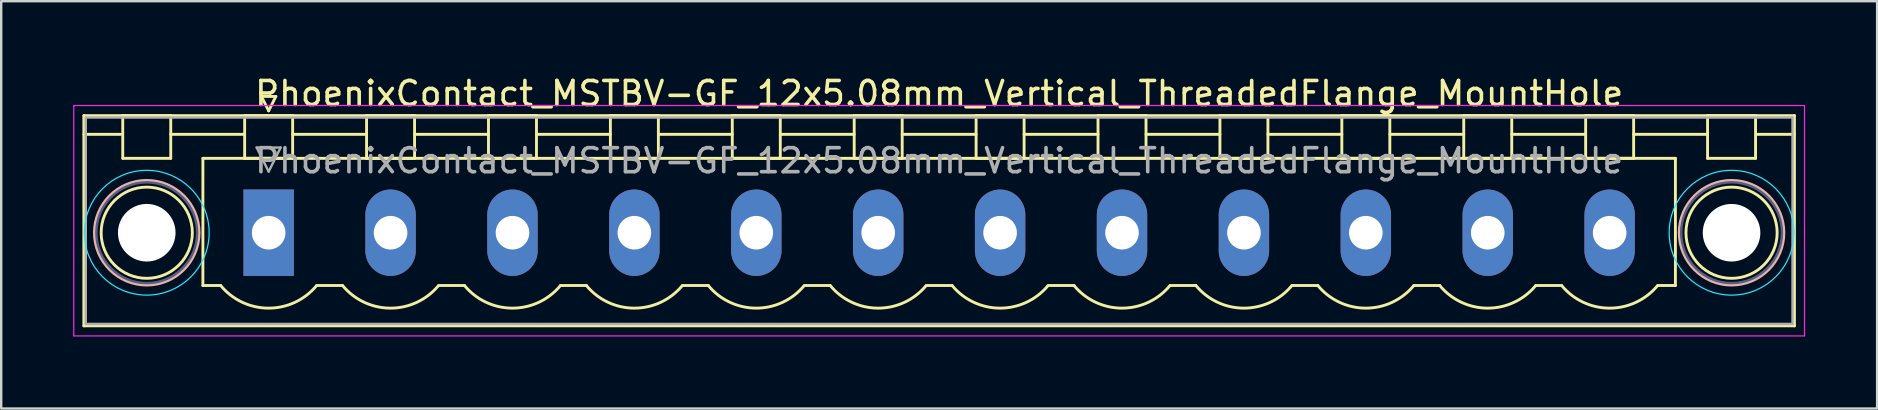
<source format=kicad_pcb>
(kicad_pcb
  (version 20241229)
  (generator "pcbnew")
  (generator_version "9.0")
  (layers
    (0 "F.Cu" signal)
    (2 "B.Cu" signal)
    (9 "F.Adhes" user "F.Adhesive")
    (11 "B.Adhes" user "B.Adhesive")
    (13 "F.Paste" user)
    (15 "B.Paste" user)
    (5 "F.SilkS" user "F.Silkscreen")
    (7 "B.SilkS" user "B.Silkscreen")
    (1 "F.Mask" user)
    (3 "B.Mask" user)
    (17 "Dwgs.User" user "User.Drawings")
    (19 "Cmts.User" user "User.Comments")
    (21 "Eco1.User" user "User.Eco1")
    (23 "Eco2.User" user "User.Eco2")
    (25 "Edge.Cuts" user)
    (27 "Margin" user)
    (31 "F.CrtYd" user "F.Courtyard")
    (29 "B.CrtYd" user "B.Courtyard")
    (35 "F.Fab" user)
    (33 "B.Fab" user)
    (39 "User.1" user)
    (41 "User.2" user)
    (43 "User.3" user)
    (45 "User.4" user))
  (footprint "PhoenixContact_MSTBV-GF_12x5.08mm_Vertical_ThreadedFlange_MountHole"
    (layer "F.Cu")
    (at 8.145 6.648)
    (property "Reference" "PhoenixContact_MSTBV-GF_12x5.08mm_Vertical_ThreadedFlange_MountHole" (at 27.94 -5.8 0) (layer "F.SilkS") (effects (font (size 1 1) (thickness 0.15))))
    (attr through_hole)
    (fp_line (start -7.7 -4.88) (end -7.7 3.88) (stroke (width 0.12) (type solid)) (layer "F.SilkS"))
    (fp_line (start -7.7 -4.1) (end -6.16 -4.1) (stroke (width 0.12) (type solid)) (layer "F.SilkS"))
    (fp_line (start -7.7 3.88) (end 63.58 3.88) (stroke (width 0.12) (type solid)) (layer "F.SilkS"))
    (fp_line (start -6.08 -4.88) (end -4.08 -4.88) (stroke (width 0.12) (type solid)) (layer "F.SilkS"))
    (fp_line (start -6.08 -3.1) (end -6.08 -4.88) (stroke (width 0.12) (type solid)) (layer "F.SilkS"))
    (fp_line (start -4.08 -4.88) (end -4.08 -3.1) (stroke (width 0.12) (type solid)) (layer "F.SilkS"))
    (fp_line (start -4.08 -4.1) (end -1 -4.1) (stroke (width 0.12) (type solid)) (layer "F.SilkS"))
    (fp_line (start -4.08 -3.1) (end -6.08 -3.1) (stroke (width 0.12) (type solid)) (layer "F.SilkS"))
    (fp_line (start -2.74 -3.1) (end 58.62 -3.1) (stroke (width 0.12) (type solid)) (layer "F.SilkS"))
    (fp_line (start -2.74 2.2) (end -2.74 -3.1) (stroke (width 0.12) (type solid)) (layer "F.SilkS"))
    (fp_line (start -2 2.2) (end -2.74 2.2) (stroke (width 0.12) (type solid)) (layer "F.SilkS"))
    (fp_line (start -1 -4.88) (end 1 -4.88) (stroke (width 0.12) (type solid)) (layer "F.SilkS"))
    (fp_line (start -1 -3.1) (end -1 -4.88) (stroke (width 0.12) (type solid)) (layer "F.SilkS"))
    (fp_line (start -0.3 -5.68) (end 0.3 -5.68) (stroke (width 0.12) (type solid)) (layer "F.SilkS"))
    (fp_line (start 0 -5.08) (end -0.3 -5.68) (stroke (width 0.12) (type solid)) (layer "F.SilkS"))
    (fp_line (start 0.3 -5.68) (end 0 -5.08) (stroke (width 0.12) (type solid)) (layer "F.SilkS"))
    (fp_line (start 1 -4.88) (end 1 -3.1) (stroke (width 0.12) (type solid)) (layer "F.SilkS"))
    (fp_line (start 1 -4.1) (end 4.08 -4.1) (stroke (width 0.12) (type solid)) (layer "F.SilkS"))
    (fp_line (start 1 -3.1) (end -1 -3.1) (stroke (width 0.12) (type solid)) (layer "F.SilkS"))
    (fp_line (start 2 2.2) (end 3.08 2.2) (stroke (width 0.12) (type solid)) (layer "F.SilkS"))
    (fp_line (start 4.08 -4.88) (end 6.08 -4.88) (stroke (width 0.12) (type solid)) (layer "F.SilkS"))
    (fp_line (start 4.08 -3.1) (end 4.08 -4.88) (stroke (width 0.12) (type solid)) (layer "F.SilkS"))
    (fp_line (start 6.08 -4.88) (end 6.08 -3.1) (stroke (width 0.12) (type solid)) (layer "F.SilkS"))
    (fp_line (start 6.08 -4.1) (end 9.16 -4.1) (stroke (width 0.12) (type solid)) (layer "F.SilkS"))
    (fp_line (start 6.08 -3.1) (end 4.08 -3.1) (stroke (width 0.12) (type solid)) (layer "F.SilkS"))
    (fp_line (start 7.08 2.2) (end 8.16 2.2) (stroke (width 0.12) (type solid)) (layer "F.SilkS"))
    (fp_line (start 9.16 -4.88) (end 11.16 -4.88) (stroke (width 0.12) (type solid)) (layer "F.SilkS"))
    (fp_line (start 9.16 -3.1) (end 9.16 -4.88) (stroke (width 0.12) (type solid)) (layer "F.SilkS"))
    (fp_line (start 11.16 -4.88) (end 11.16 -3.1) (stroke (width 0.12) (type solid)) (layer "F.SilkS"))
    (fp_line (start 11.16 -4.1) (end 14.24 -4.1) (stroke (width 0.12) (type solid)) (layer "F.SilkS"))
    (fp_line (start 11.16 -3.1) (end 9.16 -3.1) (stroke (width 0.12) (type solid)) (layer "F.SilkS"))
    (fp_line (start 12.16 2.2) (end 13.24 2.2) (stroke (width 0.12) (type solid)) (layer "F.SilkS"))
    (fp_line (start 14.24 -4.88) (end 16.24 -4.88) (stroke (width 0.12) (type solid)) (layer "F.SilkS"))
    (fp_line (start 14.24 -3.1) (end 14.24 -4.88) (stroke (width 0.12) (type solid)) (layer "F.SilkS"))
    (fp_line (start 16.24 -4.88) (end 16.24 -3.1) (stroke (width 0.12) (type solid)) (layer "F.SilkS"))
    (fp_line (start 16.24 -4.1) (end 19.32 -4.1) (stroke (width 0.12) (type solid)) (layer "F.SilkS"))
    (fp_line (start 16.24 -3.1) (end 14.24 -3.1) (stroke (width 0.12) (type solid)) (layer "F.SilkS"))
    (fp_line (start 17.24 2.2) (end 18.32 2.2) (stroke (width 0.12) (type solid)) (layer "F.SilkS"))
    (fp_line (start 19.32 -4.88) (end 21.32 -4.88) (stroke (width 0.12) (type solid)) (layer "F.SilkS"))
    (fp_line (start 19.32 -3.1) (end 19.32 -4.88) (stroke (width 0.12) (type solid)) (layer "F.SilkS"))
    (fp_line (start 21.32 -4.88) (end 21.32 -3.1) (stroke (width 0.12) (type solid)) (layer "F.SilkS"))
    (fp_line (start 21.32 -4.1) (end 24.4 -4.1) (stroke (width 0.12) (type solid)) (layer "F.SilkS"))
    (fp_line (start 21.32 -3.1) (end 19.32 -3.1) (stroke (width 0.12) (type solid)) (layer "F.SilkS"))
    (fp_line (start 22.32 2.2) (end 23.4 2.2) (stroke (width 0.12) (type solid)) (layer "F.SilkS"))
    (fp_line (start 24.4 -4.88) (end 26.4 -4.88) (stroke (width 0.12) (type solid)) (layer "F.SilkS"))
    (fp_line (start 24.4 -3.1) (end 24.4 -4.88) (stroke (width 0.12) (type solid)) (layer "F.SilkS"))
    (fp_line (start 26.4 -4.88) (end 26.4 -3.1) (stroke (width 0.12) (type solid)) (layer "F.SilkS"))
    (fp_line (start 26.4 -4.1) (end 29.48 -4.1) (stroke (width 0.12) (type solid)) (layer "F.SilkS"))
    (fp_line (start 26.4 -3.1) (end 24.4 -3.1) (stroke (width 0.12) (type solid)) (layer "F.SilkS"))
    (fp_line (start 27.4 2.2) (end 28.48 2.2) (stroke (width 0.12) (type solid)) (layer "F.SilkS"))
    (fp_line (start 29.48 -4.88) (end 31.48 -4.88) (stroke (width 0.12) (type solid)) (layer "F.SilkS"))
    (fp_line (start 29.48 -3.1) (end 29.48 -4.88) (stroke (width 0.12) (type solid)) (layer "F.SilkS"))
    (fp_line (start 31.48 -4.88) (end 31.48 -3.1) (stroke (width 0.12) (type solid)) (layer "F.SilkS"))
    (fp_line (start 31.48 -4.1) (end 34.56 -4.1) (stroke (width 0.12) (type solid)) (layer "F.SilkS"))
    (fp_line (start 31.48 -3.1) (end 29.48 -3.1) (stroke (width 0.12) (type solid)) (layer "F.SilkS"))
    (fp_line (start 32.48 2.2) (end 33.56 2.2) (stroke (width 0.12) (type solid)) (layer "F.SilkS"))
    (fp_line (start 34.56 -4.88) (end 36.56 -4.88) (stroke (width 0.12) (type solid)) (layer "F.SilkS"))
    (fp_line (start 34.56 -3.1) (end 34.56 -4.88) (stroke (width 0.12) (type solid)) (layer "F.SilkS"))
    (fp_line (start 36.56 -4.88) (end 36.56 -3.1) (stroke (width 0.12) (type solid)) (layer "F.SilkS"))
    (fp_line (start 36.56 -4.1) (end 39.64 -4.1) (stroke (width 0.12) (type solid)) (layer "F.SilkS"))
    (fp_line (start 36.56 -3.1) (end 34.56 -3.1) (stroke (width 0.12) (type solid)) (layer "F.SilkS"))
    (fp_line (start 37.56 2.2) (end 38.64 2.2) (stroke (width 0.12) (type solid)) (layer "F.SilkS"))
    (fp_line (start 39.64 -4.88) (end 41.64 -4.88) (stroke (width 0.12) (type solid)) (layer "F.SilkS"))
    (fp_line (start 39.64 -3.1) (end 39.64 -4.88) (stroke (width 0.12) (type solid)) (layer "F.SilkS"))
    (fp_line (start 41.64 -4.88) (end 41.64 -3.1) (stroke (width 0.12) (type solid)) (layer "F.SilkS"))
    (fp_line (start 41.64 -4.1) (end 44.72 -4.1) (stroke (width 0.12) (type solid)) (layer "F.SilkS"))
    (fp_line (start 41.64 -3.1) (end 39.64 -3.1) (stroke (width 0.12) (type solid)) (layer "F.SilkS"))
    (fp_line (start 42.64 2.2) (end 43.72 2.2) (stroke (width 0.12) (type solid)) (layer "F.SilkS"))
    (fp_line (start 44.72 -4.88) (end 46.72 -4.88) (stroke (width 0.12) (type solid)) (layer "F.SilkS"))
    (fp_line (start 44.72 -3.1) (end 44.72 -4.88) (stroke (width 0.12) (type solid)) (layer "F.SilkS"))
    (fp_line (start 46.72 -4.88) (end 46.72 -3.1) (stroke (width 0.12) (type solid)) (layer "F.SilkS"))
    (fp_line (start 46.72 -4.1) (end 49.8 -4.1) (stroke (width 0.12) (type solid)) (layer "F.SilkS"))
    (fp_line (start 46.72 -3.1) (end 44.72 -3.1) (stroke (width 0.12) (type solid)) (layer "F.SilkS"))
    (fp_line (start 47.72 2.2) (end 48.8 2.2) (stroke (width 0.12) (type solid)) (layer "F.SilkS"))
    (fp_line (start 49.8 -4.88) (end 51.8 -4.88) (stroke (width 0.12) (type solid)) (layer "F.SilkS"))
    (fp_line (start 49.8 -3.1) (end 49.8 -4.88) (stroke (width 0.12) (type solid)) (layer "F.SilkS"))
    (fp_line (start 51.8 -4.88) (end 51.8 -3.1) (stroke (width 0.12) (type solid)) (layer "F.SilkS"))
    (fp_line (start 51.8 -4.1) (end 54.88 -4.1) (stroke (width 0.12) (type solid)) (layer "F.SilkS"))
    (fp_line (start 51.8 -3.1) (end 49.8 -3.1) (stroke (width 0.12) (type solid)) (layer "F.SilkS"))
    (fp_line (start 52.8 2.2) (end 53.88 2.2) (stroke (width 0.12) (type solid)) (layer "F.SilkS"))
    (fp_line (start 54.88 -4.88) (end 56.88 -4.88) (stroke (width 0.12) (type solid)) (layer "F.SilkS"))
    (fp_line (start 54.88 -3.1) (end 54.88 -4.88) (stroke (width 0.12) (type solid)) (layer "F.SilkS"))
    (fp_line (start 56.88 -4.88) (end 56.88 -3.1) (stroke (width 0.12) (type solid)) (layer "F.SilkS"))
    (fp_line (start 56.88 -4.1) (end 59.96 -4.1) (stroke (width 0.12) (type solid)) (layer "F.SilkS"))
    (fp_line (start 56.88 -3.1) (end 54.88 -3.1) (stroke (width 0.12) (type solid)) (layer "F.SilkS"))
    (fp_line (start 58.62 -3.1) (end 58.62 2.2) (stroke (width 0.12) (type solid)) (layer "F.SilkS"))
    (fp_line (start 58.62 2.2) (end 57.88 2.2) (stroke (width 0.12) (type solid)) (layer "F.SilkS"))
    (fp_line (start 59.96 -4.88) (end 61.96 -4.88) (stroke (width 0.12) (type solid)) (layer "F.SilkS"))
    (fp_line (start 59.96 -3.1) (end 59.96 -4.88) (stroke (width 0.12) (type solid)) (layer "F.SilkS"))
    (fp_line (start 61.96 -4.88) (end 61.96 -3.1) (stroke (width 0.12) (type solid)) (layer "F.SilkS"))
    (fp_line (start 61.96 -3.1) (end 59.96 -3.1) (stroke (width 0.12) (type solid)) (layer "F.SilkS"))
    (fp_line (start 63.58 -4.88) (end -7.7 -4.88) (stroke (width 0.12) (type solid)) (layer "F.SilkS"))
    (fp_line (start 63.58 -4.1) (end 62.04 -4.1) (stroke (width 0.12) (type solid)) (layer "F.SilkS"))
    (fp_line (start 63.58 3.88) (end 63.58 -4.88) (stroke (width 0.12) (type solid)) (layer "F.SilkS"))
    (fp_arc (start 1.986842 2.215821) (mid -0.010289 3.142758) (end -2 2.2) (stroke (width 0.12) (type solid)) (layer "F.SilkS"))
    (fp_arc (start 7.066842 2.215821) (mid 5.069711 3.142758) (end 3.08 2.2) (stroke (width 0.12) (type solid)) (layer "F.SilkS"))
    (fp_arc (start 12.146842 2.215821) (mid 10.149711 3.142758) (end 8.16 2.2) (stroke (width 0.12) (type solid)) (layer "F.SilkS"))
    (fp_arc (start 17.226842 2.215821) (mid 15.229711 3.142758) (end 13.24 2.2) (stroke (width 0.12) (type solid)) (layer "F.SilkS"))
    (fp_arc (start 22.306842 2.215821) (mid 20.309711 3.142758) (end 18.32 2.2) (stroke (width 0.12) (type solid)) (layer "F.SilkS"))
    (fp_arc (start 27.386842 2.215821) (mid 25.389711 3.142758) (end 23.4 2.2) (stroke (width 0.12) (type solid)) (layer "F.SilkS"))
    (fp_arc (start 32.466842 2.215821) (mid 30.469711 3.142758) (end 28.48 2.2) (stroke (width 0.12) (type solid)) (layer "F.SilkS"))
    (fp_arc (start 37.546842 2.215821) (mid 35.549711 3.142758) (end 33.56 2.2) (stroke (width 0.12) (type solid)) (layer "F.SilkS"))
    (fp_arc (start 42.626842 2.215821) (mid 40.629711 3.142758) (end 38.64 2.2) (stroke (width 0.12) (type solid)) (layer "F.SilkS"))
    (fp_arc (start 47.706842 2.215821) (mid 45.709711 3.142758) (end 43.72 2.2) (stroke (width 0.12) (type solid)) (layer "F.SilkS"))
    (fp_arc (start 52.786842 2.215821) (mid 50.789711 3.142758) (end 48.8 2.2) (stroke (width 0.12) (type solid)) (layer "F.SilkS"))
    (fp_arc (start 57.866842 2.215821) (mid 55.869711 3.142758) (end 53.88 2.2) (stroke (width 0.12) (type solid)) (layer "F.SilkS"))
    (fp_circle (center -5.08 0) (end -3.18 0) (stroke (width 0.12) (type solid)) (fill no) (layer "F.SilkS"))
    (fp_circle (center 60.96 0) (end 62.86 0) (stroke (width 0.12) (type solid)) (fill no) (layer "F.SilkS"))
    (fp_circle (center -5.08 0) (end -2.9 0) (stroke (width 0.12) (type solid)) (fill no) (layer "B.SilkS"))
    (fp_circle (center 60.96 0) (end 63.14 0) (stroke (width 0.12) (type solid)) (fill no) (layer "B.SilkS"))
    (fp_circle (center -5.08 0) (end -2.48 0) (stroke (width 0.05) (type solid)) (fill no) (layer "B.CrtYd"))
    (fp_circle (center 60.96 0) (end 63.56 0) (stroke (width 0.05) (type solid)) (fill no) (layer "B.CrtYd"))
    (fp_line (start -8.12 -5.3) (end -8.12 4.3) (stroke (width 0.05) (type solid)) (layer "F.CrtYd"))
    (fp_line (start -8.12 4.3) (end 64 4.3) (stroke (width 0.05) (type solid)) (layer "F.CrtYd"))
    (fp_line (start 64 -5.3) (end -8.12 -5.3) (stroke (width 0.05) (type solid)) (layer "F.CrtYd"))
    (fp_line (start 64 4.3) (end 64 -5.3) (stroke (width 0.05) (type solid)) (layer "F.CrtYd"))
    (fp_circle (center -5.08 0) (end -2.98 0) (stroke (width 0.1) (type solid)) (fill no) (layer "B.Fab"))
    (fp_circle (center 60.96 0) (end 63.06 0) (stroke (width 0.1) (type solid)) (fill no) (layer "B.Fab"))
    (fp_line (start -7.62 -4.8) (end -7.62 3.8) (stroke (width 0.1) (type solid)) (layer "F.Fab"))
    (fp_line (start -7.62 3.8) (end 63.5 3.8) (stroke (width 0.1) (type solid)) (layer "F.Fab"))
    (fp_line (start -0.5 -3.55) (end 0.5 -3.55) (stroke (width 0.1) (type solid)) (layer "F.Fab"))
    (fp_line (start 0 -2.55) (end -0.5 -3.55) (stroke (width 0.1) (type solid)) (layer "F.Fab"))
    (fp_line (start 0.5 -3.55) (end 0 -2.55) (stroke (width 0.1) (type solid)) (layer "F.Fab"))
    (fp_line (start 63.5 -4.8) (end -7.62 -4.8) (stroke (width 0.1) (type solid)) (layer "F.Fab"))
    (fp_line (start 63.5 3.8) (end 63.5 -4.8) (stroke (width 0.1) (type solid)) (layer "F.Fab"))
    (fp_text user "${REFERENCE}" (at 27.94 -3 0) (layer "F.Fab") (effects (font (size 1 1) (thickness 0.15))))
    (pad "" np_thru_hole circle (at -5.08 0) (size 2.4 2.4) (drill 2.4) (layers "*.Cu" "*.Mask"))
    (pad "" np_thru_hole circle (at 60.96 0) (size 2.4 2.4) (drill 2.4) (layers "*.Cu" "*.Mask"))
    (pad "1" thru_hole rect (at 0 0) (size 2.1 3.6) (drill 1.4) (layers "*.Cu" "*.Mask"))
    (pad "2" thru_hole oval (at 5.08 0) (size 2.1 3.6) (drill 1.4) (layers "*.Cu" "*.Mask"))
    (pad "3" thru_hole oval (at 10.16 0) (size 2.1 3.6) (drill 1.4) (layers "*.Cu" "*.Mask"))
    (pad "4" thru_hole oval (at 15.24 0) (size 2.1 3.6) (drill 1.4) (layers "*.Cu" "*.Mask"))
    (pad "5" thru_hole oval (at 20.32 0) (size 2.1 3.6) (drill 1.4) (layers "*.Cu" "*.Mask"))
    (pad "6" thru_hole oval (at 25.4 0) (size 2.1 3.6) (drill 1.4) (layers "*.Cu" "*.Mask"))
    (pad "7" thru_hole oval (at 30.48 0) (size 2.1 3.6) (drill 1.4) (layers "*.Cu" "*.Mask"))
    (pad "8" thru_hole oval (at 35.56 0) (size 2.1 3.6) (drill 1.4) (layers "*.Cu" "*.Mask"))
    (pad "9" thru_hole oval (at 40.64 0) (size 2.1 3.6) (drill 1.4) (layers "*.Cu" "*.Mask"))
    (pad "10" thru_hole oval (at 45.72 0) (size 2.1 3.6) (drill 1.4) (layers "*.Cu" "*.Mask"))
    (pad "11" thru_hole oval (at 50.8 0) (size 2.1 3.6) (drill 1.4) (layers "*.Cu" "*.Mask"))
    (pad "12" thru_hole oval (at 55.88 0) (size 2.1 3.6) (drill 1.4) (layers "*.Cu" "*.Mask")))
  (gr_rect
    (start -3 -3)
    (end 75.17 13.973)
    (stroke (width 0.1) (type default))
    (fill no)
    (layer "Edge.Cuts")))
</source>
